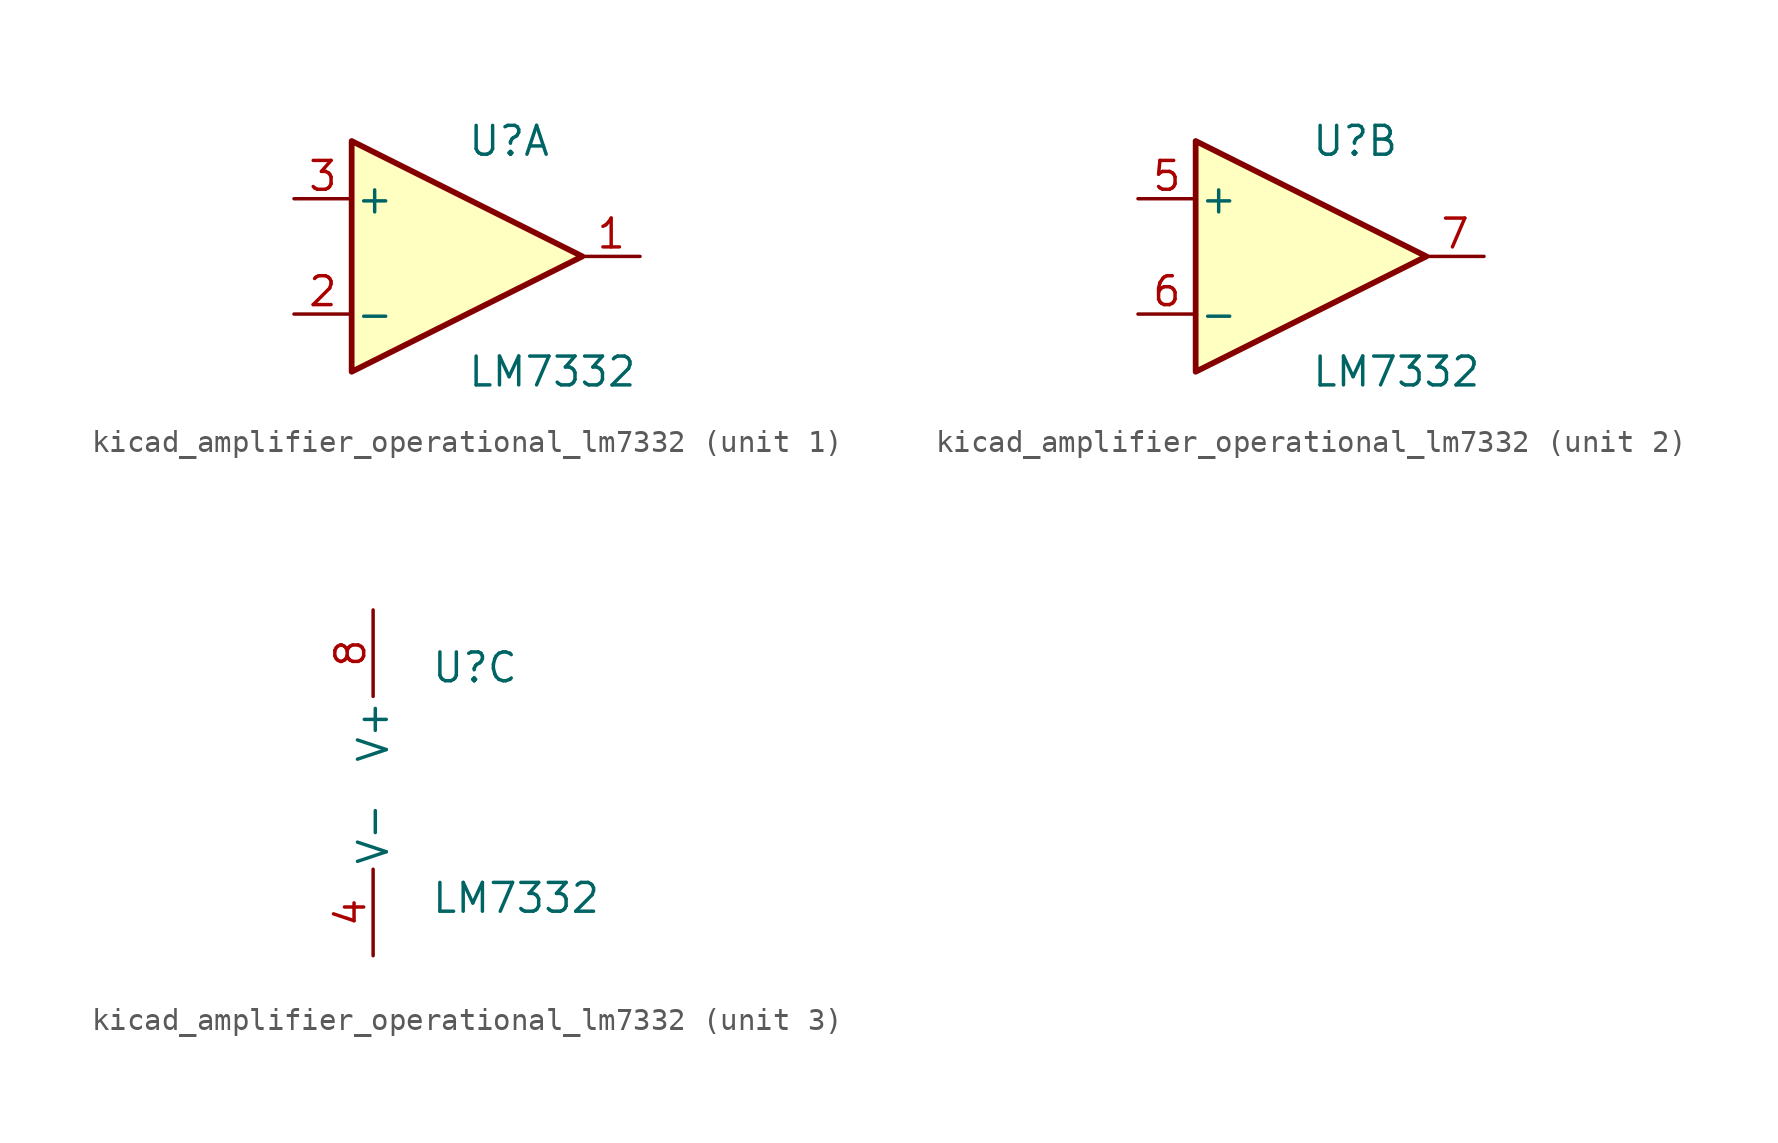
<source format=kicad_sym>
(kicad_symbol_lib
  (version 20220914)
  (generator kicad_symbol_editor)
  (symbol "kicad_amplifier_operational_lm7332"
    (pin_names
      (offset 0.127))
    (property "Reference" "U"
      (at 0 5.08 0)
      (effects (font (size 1.27 1.27)) (justify left)))
    (property "Value" "LM7332"
      (at 0 -5.08 0)
      (effects (font (size 1.27 1.27)) (justify left)))
    (property "ki_locked" ""
      (at 0 0 0)
      (effects (font (size 1.27 1.27))))
    (symbol "kicad_amplifier_operational_lm7332_1_1"
      (polyline (pts (xy -5.08 5.08) (xy 5.08 0) (xy -5.08 -5.08) (xy -5.08 5.08)) (stroke (width 0.254) (type default)) (fill (type background)))
      (pin output line (at 7.62 0 180) (length 2.54) (name "~" (effects (font (size 1.27 1.27)))) (number "1" (effects (font (size 1.27 1.27)))))
      (pin input line (at -7.62 -2.54 0) (length 2.54) (name "-" (effects (font (size 1.27 1.27)))) (number "2" (effects (font (size 1.27 1.27)))))
      (pin input line (at -7.62 2.54 0) (length 2.54) (name "+" (effects (font (size 1.27 1.27)))) (number "3" (effects (font (size 1.27 1.27))))))
    (symbol "kicad_amplifier_operational_lm7332_2_1"
      (polyline (pts (xy -5.08 5.08) (xy 5.08 0) (xy -5.08 -5.08) (xy -5.08 5.08)) (stroke (width 0.254) (type default)) (fill (type background)))
      (pin input line (at -7.62 2.54 0) (length 2.54) (name "+" (effects (font (size 1.27 1.27)))) (number "5" (effects (font (size 1.27 1.27)))))
      (pin input line (at -7.62 -2.54 0) (length 2.54) (name "-" (effects (font (size 1.27 1.27)))) (number "6" (effects (font (size 1.27 1.27)))))
      (pin output line (at 7.62 0 180) (length 2.54) (name "~" (effects (font (size 1.27 1.27)))) (number "7" (effects (font (size 1.27 1.27))))))
    (symbol "kicad_amplifier_operational_lm7332_3_1"
      (pin power_in line (at -2.54 -7.62 90) (length 3.81) (name "V-" (effects (font (size 1.27 1.27)))) (number "4" (effects (font (size 1.27 1.27)))))
      (pin power_in line (at -2.54 7.62 270) (length 3.81) (name "V+" (effects (font (size 1.27 1.27)))) (number "8" (effects (font (size 1.27 1.27))))))))
</source>
